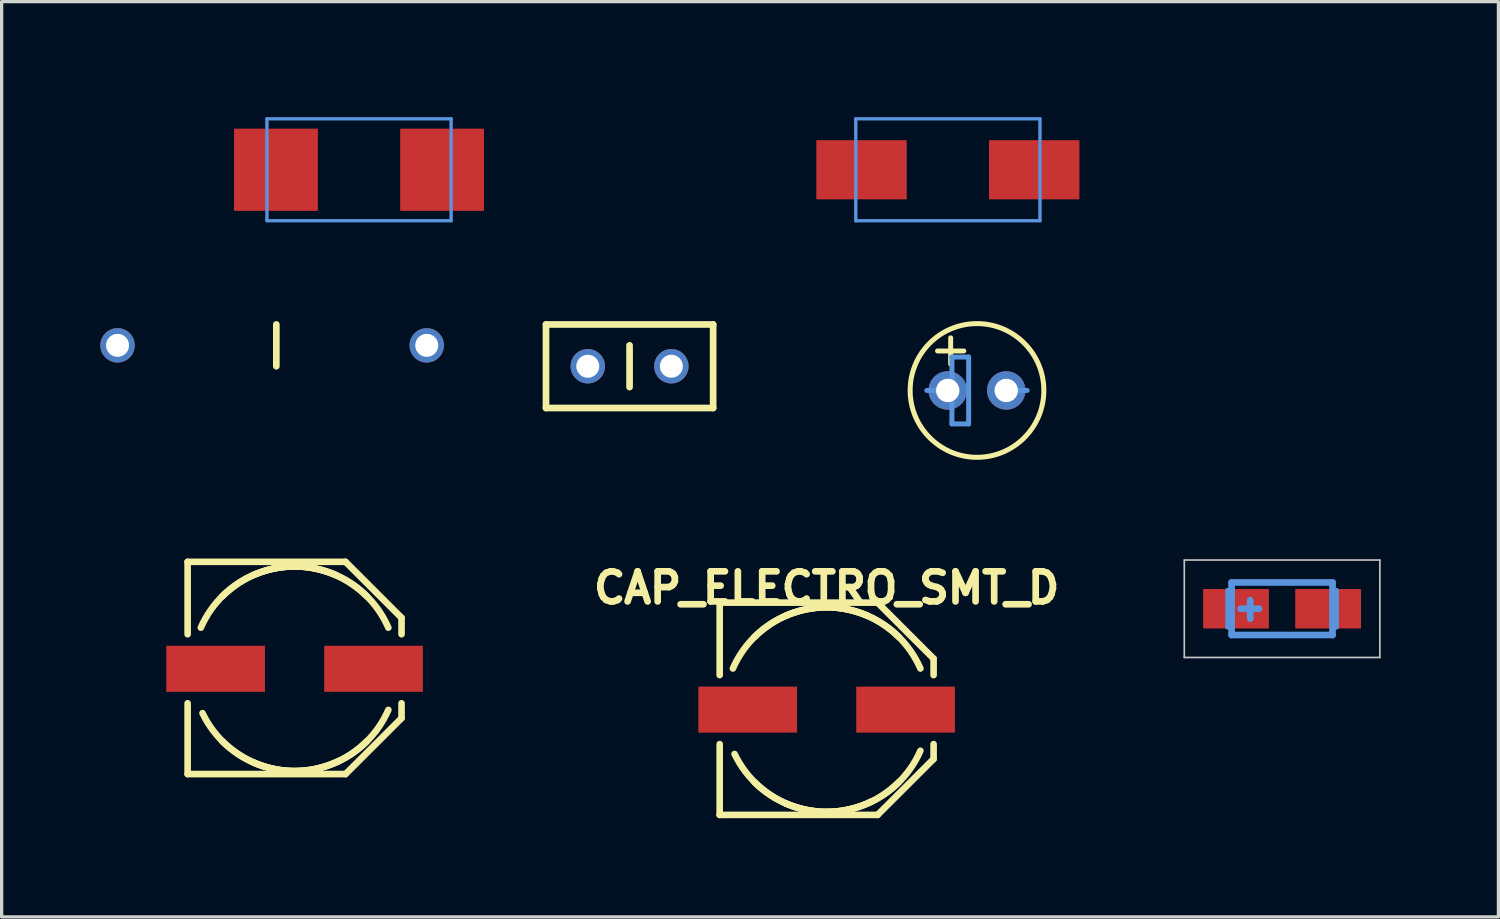
<source format=kicad_pcb>
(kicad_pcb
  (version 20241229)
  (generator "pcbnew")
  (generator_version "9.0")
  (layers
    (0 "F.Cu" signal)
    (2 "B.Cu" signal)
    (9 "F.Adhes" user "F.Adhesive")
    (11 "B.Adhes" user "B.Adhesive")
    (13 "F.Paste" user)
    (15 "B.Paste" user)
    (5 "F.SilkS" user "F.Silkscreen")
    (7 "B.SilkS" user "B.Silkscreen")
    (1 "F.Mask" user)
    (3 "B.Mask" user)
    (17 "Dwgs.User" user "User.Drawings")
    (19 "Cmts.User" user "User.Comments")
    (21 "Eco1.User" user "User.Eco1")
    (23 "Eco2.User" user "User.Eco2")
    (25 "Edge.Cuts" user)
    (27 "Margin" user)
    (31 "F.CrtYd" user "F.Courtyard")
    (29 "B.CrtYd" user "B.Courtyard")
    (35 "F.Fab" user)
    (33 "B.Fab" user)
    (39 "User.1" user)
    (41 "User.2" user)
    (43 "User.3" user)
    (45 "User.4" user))
  (footprint "CAP_TANT_3216"
    (layer "F.Cu")
    (at 35.919 15.453)
    (property "Reference" "CAP_TANT_3216" (at 0 -1 0) (layer "Eco1.User") (effects (font (size 0.6 0.6) (thickness 0.1))))
    (attr through_hole)
    (fp_line (start -2.972 -1.481) (end 2.972 -1.481) (stroke (width 0.051) (type solid)) (layer "Dwgs.User"))
    (fp_line (start -2.972 1.481) (end -2.972 -1.481) (stroke (width 0.051) (type solid)) (layer "Dwgs.User"))
    (fp_line (start 2.972 -1.481) (end 2.972 1.481) (stroke (width 0.051) (type solid)) (layer "Dwgs.User"))
    (fp_line (start 2.972 1.481) (end -2.972 1.481) (stroke (width 0.051) (type solid)) (layer "Dwgs.User"))
    (fp_line (start -1.651 -0.559) (end -1.651 0.559) (stroke (width 0.152) (type solid)) (layer "Cmts.User"))
    (fp_line (start -1.534 -0.798) (end -1.534 0.798) (stroke (width 0.203) (type solid)) (layer "Cmts.User"))
    (fp_line (start -1.534 0.798) (end 1.534 0.798) (stroke (width 0.203) (type solid)) (layer "Cmts.User"))
    (fp_line (start -0.968 -0.259) (end -0.968 0.3) (stroke (width 0.203) (type solid)) (layer "Cmts.User"))
    (fp_line (start -0.699 0) (end -1.26 0) (stroke (width 0.203) (type solid)) (layer "Cmts.User"))
    (fp_line (start 1.534 -0.798) (end -1.534 -0.798) (stroke (width 0.203) (type solid)) (layer "Cmts.User"))
    (fp_line (start 1.534 0.798) (end 1.534 -0.798) (stroke (width 0.203) (type solid)) (layer "Cmts.User"))
    (fp_line (start 1.651 -0.559) (end 1.651 0.559) (stroke (width 0.152) (type solid)) (layer "Cmts.User"))
    (pad "1" smd rect (at -1.4 0) (size 1.999 1.199) (layers "F.Cu" "F.Mask" "F.Paste"))
    (pad "2" smd rect (at 1.4 0) (size 1.999 1.199) (layers "F.Cu" "F.Mask" "F.Paste")))
  (footprint "C%2f6032-28R"
    (layer "F.Cu")
    (at 7.863 2.11)
    (property "Reference" "C%2f6032-28R" (at -0.46 -1.189 0) (layer "Eco1.User") (effects (font (size 1.27 1.27) (thickness 0.102))))
    (attr through_hole)
    (fp_line (start -2.799 -1.549) (end 2.799 -1.549) (stroke (width 0.102) (type solid)) (layer "Cmts.User"))
    (fp_line (start -2.799 1.549) (end -2.799 -1.549) (stroke (width 0.102) (type solid)) (layer "Cmts.User"))
    (fp_line (start 2.799 -1.549) (end 2.799 1.549) (stroke (width 0.102) (type solid)) (layer "Cmts.User"))
    (fp_line (start 2.799 1.549) (end -2.799 1.549) (stroke (width 0.102) (type solid)) (layer "Cmts.User"))
    (pad "+" smd rect (at 2.525 0) (size 2.548 2.499) (layers "F.Cu" "F.Mask" "F.Paste"))
    (pad "-" smd rect (at -2.525 0) (size 2.548 2.499) (layers "F.Cu" "F.Mask" "F.Paste")))
  (footprint "CAP-PTH-LARGE"
    (layer "F.Cu")
    (at 5.349 7.447)
    (property "Reference" "CAP-PTH-LARGE" (at 0 0 0) (layer "Cmts.User") (effects (font (size 0.001 0.001) (thickness 0.000001))))
    (attr through_hole)
    (fp_line (start 0 -0.635) (end 0 0.635) (stroke (width 0.203) (type solid)) (layer "F.SilkS"))
    (pad "1" thru_hole oval (at -4.826 0) (size 1.046 1.046) (drill 0.699) (layers "*.Cu" "*.Mask"))
    (pad "2" thru_hole oval (at 4.572 0) (size 1.046 1.046) (drill 0.699) (layers "*.Cu" "*.Mask")))
  (footprint "CAP-PTH-SMALL2"
    (layer "F.Cu")
    (at 14.816 8.082)
    (property "Reference" "CAP-PTH-SMALL2" (at 0 0 0) (layer "Cmts.User") (effects (font (size 0.001 0.001) (thickness 0.000001))))
    (attr through_hole)
    (fp_line (start -1.27 -1.27) (end 3.81 -1.27) (stroke (width 0.203) (type solid)) (layer "F.SilkS"))
    (fp_line (start -1.27 1.27) (end -1.27 -1.27) (stroke (width 0.203) (type solid)) (layer "F.SilkS"))
    (fp_line (start 1.27 -0.635) (end 1.27 0.635) (stroke (width 0.203) (type solid)) (layer "F.SilkS"))
    (fp_line (start 3.81 -1.27) (end 3.81 1.27) (stroke (width 0.203) (type solid)) (layer "F.SilkS"))
    (fp_line (start 3.81 1.27) (end -1.27 1.27) (stroke (width 0.203) (type solid)) (layer "F.SilkS"))
    (pad "1" thru_hole oval (at 0 0) (size 1.046 1.046) (drill 0.699) (layers "*.Cu" "*.Mask"))
    (pad "2" thru_hole oval (at 2.54 0) (size 1.046 1.046) (drill 0.699) (layers "*.Cu" "*.Mask")))
  (footprint "CAP_ELECTRO_SMT_D"
    (layer "F.Cu")
    (at 22.076 18.519)
    (property "Reference" "CAP_ELECTRO_SMT_D" (at 0 -3.701 0) (layer "F.SilkS") (effects (font (size 0.914 0.914) (thickness 0.203))))
    (attr smd)
    (fp_line (start -3.251 -3.251) (end 1.549 -3.251) (stroke (width 0.201) (type solid)) (layer "F.SilkS"))
    (fp_line (start -3.251 -1.049) (end -3.251 -3.251) (stroke (width 0.201) (type solid)) (layer "F.SilkS"))
    (fp_line (start -3.251 1.049) (end -3.251 3.2) (stroke (width 0.201) (type solid)) (layer "F.SilkS"))
    (fp_line (start -3.251 3.2) (end 1.549 3.2) (stroke (width 0.201) (type solid)) (layer "F.SilkS"))
    (fp_line (start 1.549 3.2) (end 3.251 1.501) (stroke (width 0.201) (type solid)) (layer "F.SilkS"))
    (fp_line (start 3.251 -1.549) (end 1.549 -3.251) (stroke (width 0.201) (type solid)) (layer "F.SilkS"))
    (fp_line (start 3.251 -1.049) (end 3.251 -1.549) (stroke (width 0.201) (type solid)) (layer "F.SilkS"))
    (fp_line (start 3.251 1.501) (end 3.251 1.049) (stroke (width 0.201) (type solid)) (layer "F.SilkS"))
    (fp_arc (start -2.84988 -1.24968) (mid -1.131512 -2.898827) (end 1.24968 -2.84988) (stroke (width 0.20066) (type solid)) (layer "F.SilkS"))
    (fp_arc (start -2.19964 -2.19964) (mid 0 -3.110761) (end 2.19964 -2.19964) (stroke (width 0.20066) (type solid)) (layer "F.SilkS"))
    (fp_arc (start -1.24968 -2.84988) (mid 1.131512 -2.898827) (end 2.84988 -1.24968) (stroke (width 0.20066) (type solid)) (layer "F.SilkS"))
    (fp_arc (start 1.34874 2.79908) (mid -1.025545 2.932952) (end -2.79908 1.34874) (stroke (width 0.20066) (type solid)) (layer "F.SilkS"))
    (fp_arc (start 2.19964 2.19964) (mid 0 3.110761) (end -2.19964 2.19964) (stroke (width 0.20066) (type solid)) (layer "F.SilkS"))
    (fp_arc (start 2.84988 1.24968) (mid 1.131512 2.898827) (end -1.24968 2.84988) (stroke (width 0.20066) (type solid)) (layer "F.SilkS"))
    (pad "M" smd rect (at -2.4 0) (size 3 1.4) (layers "F.Cu" "F.Mask" "F.Paste"))
    (pad "P" smd rect (at 2.4 0) (size 3 1.4) (layers "F.Cu" "F.Mask" "F.Paste")))
  (footprint "CAP_ELECTRO_D4S1.8"
    (layer "F.Cu")
    (at 26.646 8.818)
    (property "Reference" "CAP_ELECTRO_D4S1.8" (at 0 1.2 0) (layer "Eco1.User") (effects (font (size 0.6 0.6) (thickness 0.1))))
    (attr through_hole)
    (fp_line (start -1.2 -1.2) (end -0.4 -1.2) (stroke (width 0.15) (type solid)) (layer "F.SilkS"))
    (fp_line (start -0.8 -1.6) (end -0.8 -0.8) (stroke (width 0.15) (type solid)) (layer "F.SilkS"))
    (fp_circle (center 0 0) (end 2.032 0) (stroke (width 0.152) (type solid)) (fill no) (layer "F.SilkS"))
    (fp_line (start -1.524 0) (end -0.762 0) (stroke (width 0.152) (type solid)) (layer "Cmts.User"))
    (fp_line (start -0.762 -1.016) (end -0.762 0) (stroke (width 0.152) (type solid)) (layer "Cmts.User"))
    (fp_line (start -0.762 0) (end -0.762 1.016) (stroke (width 0.152) (type solid)) (layer "Cmts.User"))
    (fp_line (start -0.762 1.016) (end -0.254 1.016) (stroke (width 0.152) (type solid)) (layer "Cmts.User"))
    (fp_line (start -0.254 -1.016) (end -0.762 -1.016) (stroke (width 0.152) (type solid)) (layer "Cmts.User"))
    (fp_line (start -0.254 1.016) (end -0.254 -1.016) (stroke (width 0.152) (type solid)) (layer "Cmts.User"))
    (fp_line (start 0.635 0) (end 1.524 0) (stroke (width 0.152) (type solid)) (layer "Cmts.User"))
    (pad "1" thru_hole oval (at -0.889 0) (size 1.168 1.168) (drill 0.711) (layers "*.Cu" "*.Mask"))
    (pad "2" thru_hole oval (at 0.889 0) (size 1.168 1.168) (drill 0.711) (layers "*.Cu" "*.Mask")))
  (footprint "CAP_ELECTRO_SMT_6_6MM"
    (layer "F.Cu")
    (at 5.904 17.278)
    (property "Reference" "CAP_ELECTRO_SMT_6_6MM" (at 0 -1.905 0) (layer "Eco1.User") (effects (font (size 0.6 0.6) (thickness 0.1))))
    (attr smd)
    (fp_line (start -3.251 -3.251) (end 1.549 -3.251) (stroke (width 0.201) (type solid)) (layer "F.SilkS"))
    (fp_line (start -3.251 -1.049) (end -3.251 -3.251) (stroke (width 0.201) (type solid)) (layer "F.SilkS"))
    (fp_line (start -3.251 1.049) (end -3.251 3.2) (stroke (width 0.201) (type solid)) (layer "F.SilkS"))
    (fp_line (start -3.251 3.2) (end 1.549 3.2) (stroke (width 0.201) (type solid)) (layer "F.SilkS"))
    (fp_line (start 1.549 3.2) (end 3.251 1.501) (stroke (width 0.201) (type solid)) (layer "F.SilkS"))
    (fp_line (start 3.251 -1.549) (end 1.549 -3.251) (stroke (width 0.201) (type solid)) (layer "F.SilkS"))
    (fp_line (start 3.251 -1.049) (end 3.251 -1.549) (stroke (width 0.201) (type solid)) (layer "F.SilkS"))
    (fp_line (start 3.251 1.501) (end 3.251 1.049) (stroke (width 0.201) (type solid)) (layer "F.SilkS"))
    (fp_arc (start -2.84988 -1.24968) (mid -1.131512 -2.898827) (end 1.24968 -2.84988) (stroke (width 0.20066) (type solid)) (layer "F.SilkS"))
    (fp_arc (start -2.19964 -2.19964) (mid 0 -3.110761) (end 2.19964 -2.19964) (stroke (width 0.20066) (type solid)) (layer "F.SilkS"))
    (fp_arc (start -1.24968 -2.84988) (mid 1.131512 -2.898827) (end 2.84988 -1.24968) (stroke (width 0.20066) (type solid)) (layer "F.SilkS"))
    (fp_arc (start 1.34874 2.79908) (mid -1.025545 2.932952) (end -2.79908 1.34874) (stroke (width 0.20066) (type solid)) (layer "F.SilkS"))
    (fp_arc (start 2.19964 2.19964) (mid 0 3.110761) (end -2.19964 2.19964) (stroke (width 0.20066) (type solid)) (layer "F.SilkS"))
    (fp_arc (start 2.84988 1.24968) (mid 1.131512 2.898827) (end -1.24968 2.84988) (stroke (width 0.20066) (type solid)) (layer "F.SilkS"))
    (pad "1" smd rect (at 2.4 0) (size 3 1.4) (layers "F.Cu" "F.Mask" "F.Paste"))
    (pad "2" smd rect (at -2.4 0) (size 3 1.4) (layers "F.Cu" "F.Mask" "F.Paste")))
  (footprint "C%2f6032-28W"
    (layer "F.Cu")
    (at 25.761 2.11)
    (property "Reference" "C%2f6032-28W" (at -0.46 -1.189 0) (layer "Eco1.User") (effects (font (size 1.27 1.27) (thickness 0.102))))
    (attr through_hole)
    (fp_line (start -2.799 -1.549) (end 2.799 -1.549) (stroke (width 0.102) (type solid)) (layer "Cmts.User"))
    (fp_line (start -2.799 1.549) (end -2.799 -1.549) (stroke (width 0.102) (type solid)) (layer "Cmts.User"))
    (fp_line (start 2.799 -1.549) (end 2.799 1.549) (stroke (width 0.102) (type solid)) (layer "Cmts.User"))
    (fp_line (start 2.799 1.549) (end -2.799 1.549) (stroke (width 0.102) (type solid)) (layer "Cmts.User"))
    (pad "+" smd rect (at 2.624 0) (size 2.748 1.798) (layers "F.Cu" "F.Mask" "F.Paste"))
    (pad "-" smd rect (at -2.624 0) (size 2.748 1.798) (layers "F.Cu" "F.Mask" "F.Paste")))
  (gr_rect
    (start -3 -3)
    (end 42.495 24.82)
    (stroke (width 0.1) (type default))
    (fill no)
    (layer "Edge.Cuts")))
</source>
